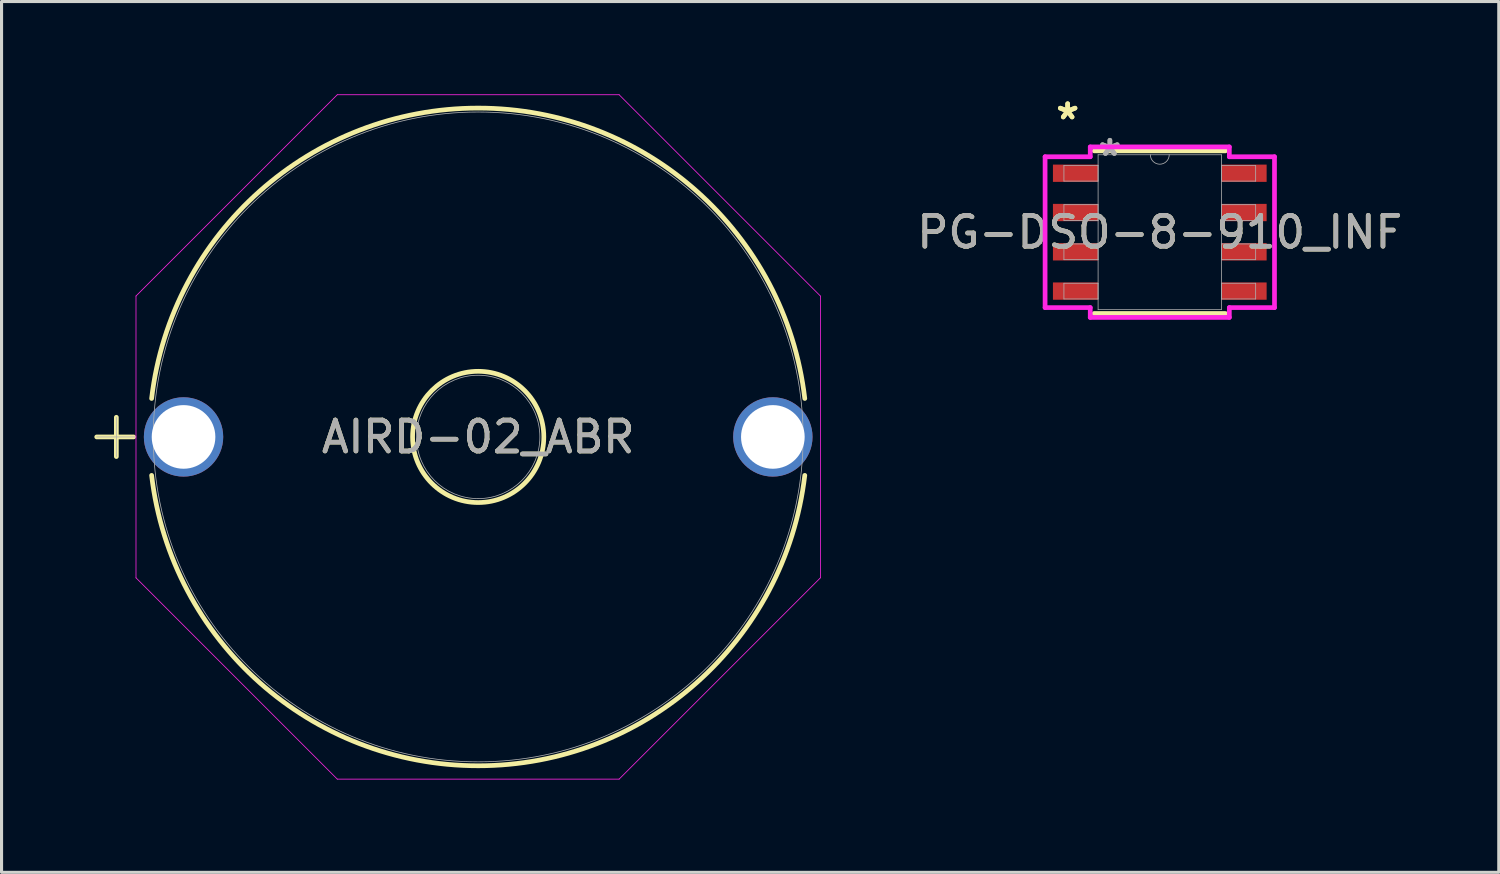
<source format=kicad_pcb>
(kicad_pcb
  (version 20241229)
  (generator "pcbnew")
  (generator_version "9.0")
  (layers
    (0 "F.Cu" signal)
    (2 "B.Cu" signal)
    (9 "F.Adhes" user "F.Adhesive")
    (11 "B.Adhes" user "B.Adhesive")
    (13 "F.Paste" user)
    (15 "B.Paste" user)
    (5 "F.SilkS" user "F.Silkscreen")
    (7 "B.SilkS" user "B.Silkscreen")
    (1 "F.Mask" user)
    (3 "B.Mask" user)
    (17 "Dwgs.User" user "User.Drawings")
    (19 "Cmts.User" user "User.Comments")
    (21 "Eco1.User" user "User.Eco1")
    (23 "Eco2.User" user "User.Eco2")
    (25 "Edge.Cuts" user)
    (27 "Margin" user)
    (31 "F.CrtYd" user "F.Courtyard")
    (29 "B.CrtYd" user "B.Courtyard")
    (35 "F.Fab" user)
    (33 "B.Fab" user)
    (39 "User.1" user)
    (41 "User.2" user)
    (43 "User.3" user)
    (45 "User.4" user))
  (footprint "PG-DSO-8-910_INF"
    (layer "F.Cu")
    (at 34.441 4.455)
    (property "Reference" "PG-DSO-8-910_INF" (at 0 0 0) (unlocked yes) (layer "F.SilkS") (effects (font (size 1 1) (thickness 0.15))))
    (attr smd)
    (fp_line (start -2.121 2.629) (end 2.121 2.629) (stroke (width 0.152) (type solid)) (layer "F.SilkS"))
    (fp_line (start 2.121 -2.629) (end -2.121 -2.629) (stroke (width 0.152) (type solid)) (layer "F.SilkS"))
    (fp_line (start -3.708 -2.438) (end -2.248 -2.438) (stroke (width 0.152) (type solid)) (layer "F.CrtYd"))
    (fp_line (start -3.708 2.438) (end -3.708 -2.438) (stroke (width 0.152) (type solid)) (layer "F.CrtYd"))
    (fp_line (start -3.708 2.438) (end -2.248 2.438) (stroke (width 0.152) (type solid)) (layer "F.CrtYd"))
    (fp_line (start -2.248 -2.756) (end 2.248 -2.756) (stroke (width 0.152) (type solid)) (layer "F.CrtYd"))
    (fp_line (start -2.248 -2.438) (end -2.248 -2.756) (stroke (width 0.152) (type solid)) (layer "F.CrtYd"))
    (fp_line (start -2.248 2.756) (end -2.248 2.438) (stroke (width 0.152) (type solid)) (layer "F.CrtYd"))
    (fp_line (start 2.248 -2.756) (end 2.248 -2.438) (stroke (width 0.152) (type solid)) (layer "F.CrtYd"))
    (fp_line (start 2.248 2.438) (end 2.248 2.756) (stroke (width 0.152) (type solid)) (layer "F.CrtYd"))
    (fp_line (start 2.248 2.756) (end -2.248 2.756) (stroke (width 0.152) (type solid)) (layer "F.CrtYd"))
    (fp_line (start 3.708 -2.438) (end 2.248 -2.438) (stroke (width 0.152) (type solid)) (layer "F.CrtYd"))
    (fp_line (start 3.708 -2.438) (end 3.708 2.438) (stroke (width 0.152) (type solid)) (layer "F.CrtYd"))
    (fp_line (start 3.708 2.438) (end 2.248 2.438) (stroke (width 0.152) (type solid)) (layer "F.CrtYd"))
    (fp_line (start -3.099 -2.159) (end -3.099 -1.651) (stroke (width 0.025) (type solid)) (layer "F.Fab"))
    (fp_line (start -3.099 -1.651) (end -1.994 -1.651) (stroke (width 0.025) (type solid)) (layer "F.Fab"))
    (fp_line (start -3.099 -0.889) (end -3.099 -0.381) (stroke (width 0.025) (type solid)) (layer "F.Fab"))
    (fp_line (start -3.099 -0.381) (end -1.994 -0.381) (stroke (width 0.025) (type solid)) (layer "F.Fab"))
    (fp_line (start -3.099 0.381) (end -3.099 0.889) (stroke (width 0.025) (type solid)) (layer "F.Fab"))
    (fp_line (start -3.099 0.889) (end -1.994 0.889) (stroke (width 0.025) (type solid)) (layer "F.Fab"))
    (fp_line (start -3.099 1.651) (end -3.099 2.159) (stroke (width 0.025) (type solid)) (layer "F.Fab"))
    (fp_line (start -3.099 2.159) (end -1.994 2.159) (stroke (width 0.025) (type solid)) (layer "F.Fab"))
    (fp_line (start -1.994 -2.502) (end -1.994 2.502) (stroke (width 0.025) (type solid)) (layer "F.Fab"))
    (fp_line (start -1.994 -2.159) (end -3.099 -2.159) (stroke (width 0.025) (type solid)) (layer "F.Fab"))
    (fp_line (start -1.994 -1.651) (end -1.994 -2.159) (stroke (width 0.025) (type solid)) (layer "F.Fab"))
    (fp_line (start -1.994 -0.889) (end -3.099 -0.889) (stroke (width 0.025) (type solid)) (layer "F.Fab"))
    (fp_line (start -1.994 -0.381) (end -1.994 -0.889) (stroke (width 0.025) (type solid)) (layer "F.Fab"))
    (fp_line (start -1.994 0.381) (end -3.099 0.381) (stroke (width 0.025) (type solid)) (layer "F.Fab"))
    (fp_line (start -1.994 0.889) (end -1.994 0.381) (stroke (width 0.025) (type solid)) (layer "F.Fab"))
    (fp_line (start -1.994 1.651) (end -3.099 1.651) (stroke (width 0.025) (type solid)) (layer "F.Fab"))
    (fp_line (start -1.994 2.159) (end -1.994 1.651) (stroke (width 0.025) (type solid)) (layer "F.Fab"))
    (fp_line (start -1.994 2.502) (end 1.994 2.502) (stroke (width 0.025) (type solid)) (layer "F.Fab"))
    (fp_line (start 1.994 -2.502) (end -1.994 -2.502) (stroke (width 0.025) (type solid)) (layer "F.Fab"))
    (fp_line (start 1.994 -2.159) (end 1.994 -1.651) (stroke (width 0.025) (type solid)) (layer "F.Fab"))
    (fp_line (start 1.994 -1.651) (end 3.099 -1.651) (stroke (width 0.025) (type solid)) (layer "F.Fab"))
    (fp_line (start 1.994 -0.889) (end 1.994 -0.381) (stroke (width 0.025) (type solid)) (layer "F.Fab"))
    (fp_line (start 1.994 -0.381) (end 3.099 -0.381) (stroke (width 0.025) (type solid)) (layer "F.Fab"))
    (fp_line (start 1.994 0.381) (end 1.994 0.889) (stroke (width 0.025) (type solid)) (layer "F.Fab"))
    (fp_line (start 1.994 0.889) (end 3.099 0.889) (stroke (width 0.025) (type solid)) (layer "F.Fab"))
    (fp_line (start 1.994 1.651) (end 1.994 2.159) (stroke (width 0.025) (type solid)) (layer "F.Fab"))
    (fp_line (start 1.994 2.159) (end 3.099 2.159) (stroke (width 0.025) (type solid)) (layer "F.Fab"))
    (fp_line (start 1.994 2.502) (end 1.994 -2.502) (stroke (width 0.025) (type solid)) (layer "F.Fab"))
    (fp_line (start 3.099 -2.159) (end 1.994 -2.159) (stroke (width 0.025) (type solid)) (layer "F.Fab"))
    (fp_line (start 3.099 -1.651) (end 3.099 -2.159) (stroke (width 0.025) (type solid)) (layer "F.Fab"))
    (fp_line (start 3.099 -0.889) (end 1.994 -0.889) (stroke (width 0.025) (type solid)) (layer "F.Fab"))
    (fp_line (start 3.099 -0.381) (end 3.099 -0.889) (stroke (width 0.025) (type solid)) (layer "F.Fab"))
    (fp_line (start 3.099 0.381) (end 1.994 0.381) (stroke (width 0.025) (type solid)) (layer "F.Fab"))
    (fp_line (start 3.099 0.889) (end 3.099 0.381) (stroke (width 0.025) (type solid)) (layer "F.Fab"))
    (fp_line (start 3.099 1.651) (end 1.994 1.651) (stroke (width 0.025) (type solid)) (layer "F.Fab"))
    (fp_line (start 3.099 2.159) (end 3.099 1.651) (stroke (width 0.025) (type solid)) (layer "F.Fab"))
    (fp_arc (start 0.3048 -2.5019) (mid 0 -2.1971) (end -0.3048 -2.5019) (stroke (width 0.0254) (type solid)) (layer "F.Fab"))
    (fp_text user "*" (at -2.978 -3.607 0) (unlocked yes) (layer "F.SilkS") (effects (font (size 1 1) (thickness 0.15))))
    (fp_text user "*" (at -2.978 -3.607 0) (layer "F.SilkS") (effects (font (size 1 1) (thickness 0.15))))
    (fp_text user "*" (at -1.613 -2.426 0) (layer "F.Fab") (effects (font (size 1 1) (thickness 0.15))))
    (fp_text user "${REFERENCE}" (at 0 0 0) (unlocked yes) (layer "F.Fab") (effects (font (size 1 1) (thickness 0.15))))
    (fp_text user "*" (at -1.613 -2.426 0) (unlocked yes) (layer "F.Fab") (effects (font (size 1 1) (thickness 0.15))))
    (pad "1" smd rect (at -2.724 -1.905) (size 1.46 0.559) (layers "F.Cu" "F.Mask" "F.Paste"))
    (pad "2" smd rect (at -2.724 -0.635) (size 1.46 0.559) (layers "F.Cu" "F.Mask" "F.Paste"))
    (pad "3" smd rect (at -2.724 0.635) (size 1.46 0.559) (layers "F.Cu" "F.Mask" "F.Paste"))
    (pad "4" smd rect (at -2.724 1.905) (size 1.46 0.559) (layers "F.Cu" "F.Mask" "F.Paste"))
    (pad "5" smd rect (at 2.724 1.905) (size 1.46 0.559) (layers "F.Cu" "F.Mask" "F.Paste"))
    (pad "6" smd rect (at 2.724 0.635) (size 1.46 0.559) (layers "F.Cu" "F.Mask" "F.Paste"))
    (pad "7" smd rect (at 2.724 -0.635) (size 1.46 0.559) (layers "F.Cu" "F.Mask" "F.Paste"))
    (pad "8" smd rect (at 2.724 -1.905) (size 1.46 0.559) (layers "F.Cu" "F.Mask" "F.Paste")))
  (footprint "AIRD-02_ABR"
    (layer "F.Cu")
    (at 2.883 11.074)
    (property "Reference" "AIRD-02_ABR" (at 9.525 0 0) (unlocked yes) (layer "F.SilkS") (effects (font (size 1 1) (thickness 0.15))))
    (attr through_hole)
    (fp_line (start -2.807 0) (end -1.615 0) (stroke (width 0.152) (type solid)) (layer "F.SilkS"))
    (fp_line (start -2.172 -0.635) (end -2.172 0.635) (stroke (width 0.152) (type solid)) (layer "F.SilkS"))
    (fp_arc (start -1.031995 -1.242834) (mid 9.525001 -10.6299) (end 20.081995 -1.242833) (stroke (width 0.1524) (type solid)) (layer "F.SilkS"))
    (fp_arc (start 20.081995 1.242835) (mid 9.524999 10.6299) (end -1.031995 1.242832) (stroke (width 0.1524) (type solid)) (layer "F.SilkS"))
    (fp_circle (center 9.525 0) (end 11.646 0) (stroke (width 0.152) (type solid)) (fill no) (layer "F.SilkS"))
    (fp_line (start -1.537 -4.555) (end 4.97 -11.062) (stroke (width 0.025) (type solid)) (layer "F.CrtYd"))
    (fp_line (start -1.537 4.555) (end -1.537 -4.555) (stroke (width 0.025) (type solid)) (layer "F.CrtYd"))
    (fp_line (start 4.97 -11.062) (end 14.08 -11.062) (stroke (width 0.025) (type solid)) (layer "F.CrtYd"))
    (fp_line (start 4.97 11.062) (end -1.537 4.555) (stroke (width 0.025) (type solid)) (layer "F.CrtYd"))
    (fp_line (start 14.08 -11.062) (end 20.587 -4.555) (stroke (width 0.025) (type solid)) (layer "F.CrtYd"))
    (fp_line (start 14.08 11.062) (end 4.97 11.062) (stroke (width 0.025) (type solid)) (layer "F.CrtYd"))
    (fp_line (start 20.587 -4.555) (end 20.587 4.555) (stroke (width 0.025) (type solid)) (layer "F.CrtYd"))
    (fp_line (start 20.587 4.555) (end 14.08 11.062) (stroke (width 0.025) (type solid)) (layer "F.CrtYd"))
    (fp_line (start -2.807 0) (end -1.537 0) (stroke (width 0.025) (type solid)) (layer "F.Fab"))
    (fp_line (start -2.172 -0.635) (end -2.172 0.635) (stroke (width 0.025) (type solid)) (layer "F.Fab"))
    (fp_circle (center 9.525 0) (end 11.519 0) (stroke (width 0.025) (type solid)) (fill no) (layer "F.Fab"))
    (fp_circle (center 9.525 0) (end 20.028 0) (stroke (width 0.025) (type solid)) (fill no) (layer "F.Fab"))
    (fp_text user "${REFERENCE}" (at 9.525 0 0) (unlocked yes) (layer "F.Fab") (effects (font (size 1 1) (thickness 0.15))))
    (pad "1" thru_hole circle (at 0 0) (size 2.565 2.565) (drill 2.057) (layers "*.Cu" "*.Mask"))
    (pad "2" thru_hole circle (at 19.05 0) (size 2.565 2.565) (drill 2.057) (layers "*.Cu" "*.Mask")))
  (gr_rect
    (start -3 -3)
    (end 45.399 25.149)
    (stroke (width 0.1) (type default))
    (fill no)
    (layer "Edge.Cuts")))
</source>
